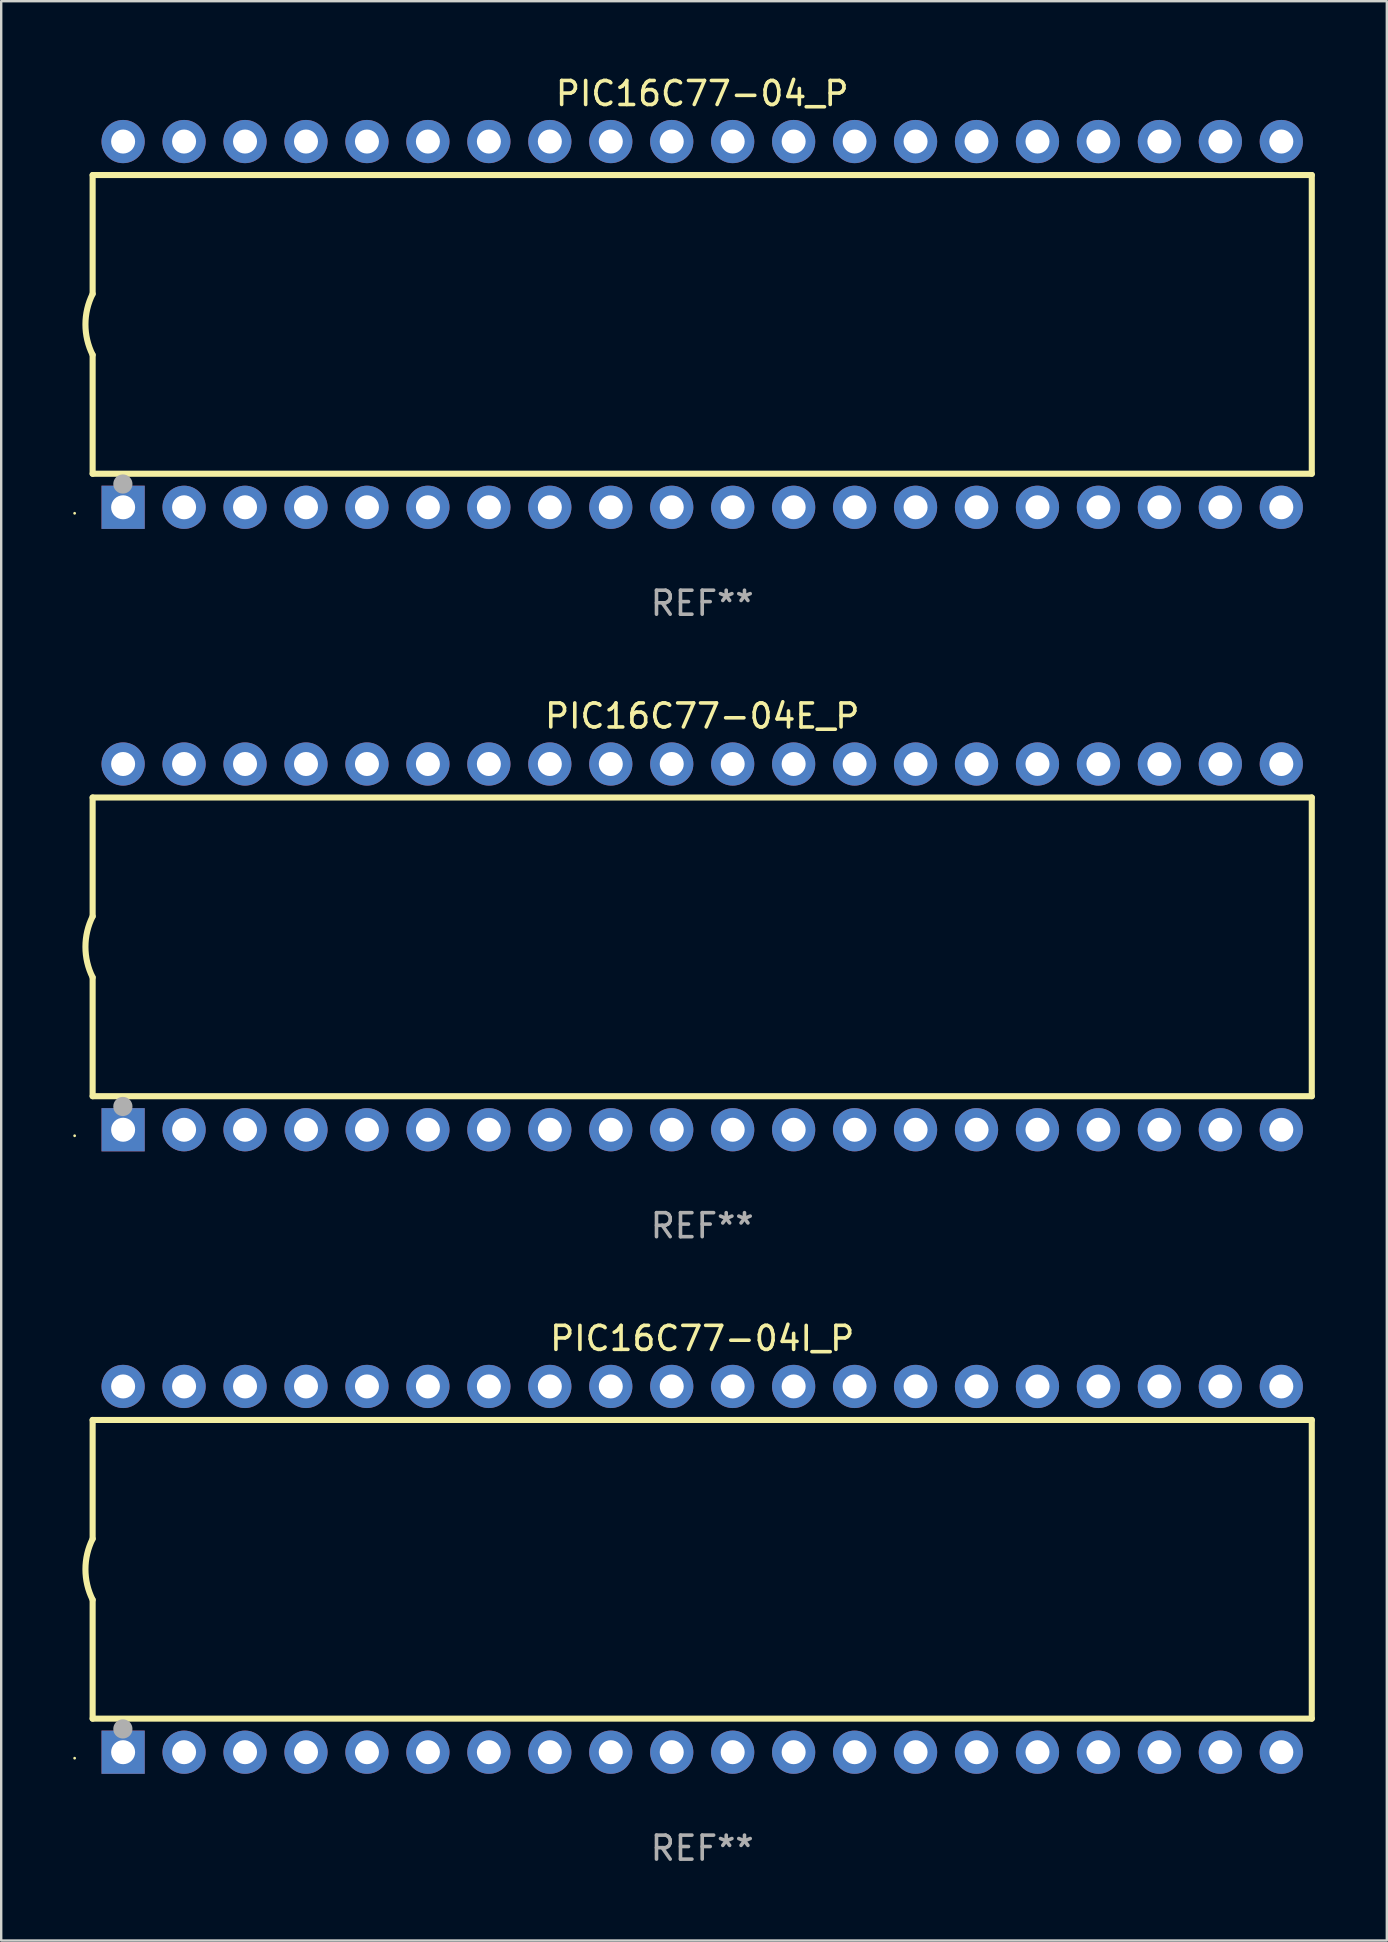
<source format=kicad_pcb>
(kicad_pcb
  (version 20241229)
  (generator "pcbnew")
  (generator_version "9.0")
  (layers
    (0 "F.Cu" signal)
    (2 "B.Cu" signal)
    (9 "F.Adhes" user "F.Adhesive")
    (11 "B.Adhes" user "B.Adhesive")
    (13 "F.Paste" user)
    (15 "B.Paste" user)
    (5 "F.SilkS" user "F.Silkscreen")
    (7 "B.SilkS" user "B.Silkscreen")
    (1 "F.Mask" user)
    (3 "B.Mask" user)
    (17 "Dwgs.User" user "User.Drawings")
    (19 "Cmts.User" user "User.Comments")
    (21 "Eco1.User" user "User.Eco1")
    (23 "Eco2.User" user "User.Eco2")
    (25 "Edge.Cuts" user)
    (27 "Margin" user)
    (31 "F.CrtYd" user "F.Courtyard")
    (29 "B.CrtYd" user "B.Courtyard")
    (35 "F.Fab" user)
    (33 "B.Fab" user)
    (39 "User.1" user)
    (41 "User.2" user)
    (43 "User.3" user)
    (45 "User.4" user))
  (footprint "PIC16C77-04E_P"
    (layer "F.Cu")
    (at 26.21 36.405)
    (property "Reference" "PIC16C77-04E_P" (at 0 -9.62 0) (layer "F.SilkS") (effects (font (size 1 1) (thickness 0.15))))
    (attr through_hole)
    (fp_line (start -25.4 -6.224) (end -25.4 -1.271) (stroke (width 0.254) (type solid)) (layer "F.SilkS"))
    (fp_line (start -25.4 -6.224) (end 25.4 -6.224) (stroke (width 0.254) (type solid)) (layer "F.SilkS"))
    (fp_line (start -25.4 1.269) (end -25.4 6.222) (stroke (width 0.254) (type solid)) (layer "F.SilkS"))
    (fp_line (start -25.4 6.222) (end 25.4 6.222) (stroke (width 0.254) (type solid)) (layer "F.SilkS"))
    (fp_line (start 25.4 6.222) (end 25.4 -6.224) (stroke (width 0.254) (type solid)) (layer "F.SilkS"))
    (fp_arc (start -25.4 1.269241) (mid -25.699807 -0.000762) (end -25.4 -1.270765) (stroke (width 0.254001) (type solid)) (layer "F.SilkS"))
    (fp_circle (center -26.15 7.87) (end -26.12 7.87) (stroke (width 0.06) (type solid)) (fill no) (layer "F.SilkS"))
    (fp_circle (center -24.14 6.65) (end -23.94 6.65) (stroke (width 0.4) (type solid)) (fill no) (layer "F.Fab"))
    (fp_text user "REF**" (at 0 11.62 0) (layer "F.Fab") (effects (font (size 1 1) (thickness 0.15))))
    (pad "1" thru_hole rect (at -24.13 7.62 90) (size 1.8 1.8) (drill 1) (layers "*.Cu" "*.Mask"))
    (pad "2" thru_hole circle (at -21.59 7.62) (size 1.8 1.8) (drill 1) (layers "*.Cu" "*.Mask"))
    (pad "3" thru_hole circle (at -19.05 7.62) (size 1.8 1.8) (drill 1) (layers "*.Cu" "*.Mask"))
    (pad "4" thru_hole circle (at -16.51 7.62) (size 1.8 1.8) (drill 1) (layers "*.Cu" "*.Mask"))
    (pad "5" thru_hole circle (at -13.97 7.62) (size 1.8 1.8) (drill 1) (layers "*.Cu" "*.Mask"))
    (pad "6" thru_hole circle (at -11.43 7.62) (size 1.8 1.8) (drill 1) (layers "*.Cu" "*.Mask"))
    (pad "7" thru_hole circle (at -8.89 7.62) (size 1.8 1.8) (drill 1) (layers "*.Cu" "*.Mask"))
    (pad "8" thru_hole circle (at -6.35 7.62) (size 1.8 1.8) (drill 1) (layers "*.Cu" "*.Mask"))
    (pad "9" thru_hole circle (at -3.81 7.62) (size 1.8 1.8) (drill 1) (layers "*.Cu" "*.Mask"))
    (pad "10" thru_hole circle (at -1.27 7.62) (size 1.8 1.8) (drill 1) (layers "*.Cu" "*.Mask"))
    (pad "11" thru_hole circle (at 1.27 7.62) (size 1.8 1.8) (drill 1) (layers "*.Cu" "*.Mask"))
    (pad "12" thru_hole circle (at 3.81 7.62) (size 1.8 1.8) (drill 1) (layers "*.Cu" "*.Mask"))
    (pad "13" thru_hole circle (at 6.35 7.62) (size 1.8 1.8) (drill 1) (layers "*.Cu" "*.Mask"))
    (pad "14" thru_hole circle (at 8.89 7.62) (size 1.8 1.8) (drill 1) (layers "*.Cu" "*.Mask"))
    (pad "15" thru_hole circle (at 11.43 7.62) (size 1.8 1.8) (drill 1) (layers "*.Cu" "*.Mask"))
    (pad "16" thru_hole circle (at 13.97 7.62) (size 1.8 1.8) (drill 1) (layers "*.Cu" "*.Mask"))
    (pad "17" thru_hole circle (at 16.51 7.62) (size 1.8 1.8) (drill 1) (layers "*.Cu" "*.Mask"))
    (pad "18" thru_hole circle (at 19.05 7.62) (size 1.8 1.8) (drill 1) (layers "*.Cu" "*.Mask"))
    (pad "19" thru_hole circle (at 21.59 7.62) (size 1.8 1.8) (drill 1) (layers "*.Cu" "*.Mask"))
    (pad "20" thru_hole circle (at 24.13 7.62) (size 1.8 1.8) (drill 1) (layers "*.Cu" "*.Mask"))
    (pad "21" thru_hole circle (at 24.13 -7.62) (size 1.8 1.8) (drill 1) (layers "*.Cu" "*.Mask"))
    (pad "22" thru_hole circle (at 21.59 -7.62) (size 1.8 1.8) (drill 1) (layers "*.Cu" "*.Mask"))
    (pad "23" thru_hole circle (at 19.05 -7.62) (size 1.8 1.8) (drill 1) (layers "*.Cu" "*.Mask"))
    (pad "24" thru_hole circle (at 16.51 -7.62) (size 1.8 1.8) (drill 1) (layers "*.Cu" "*.Mask"))
    (pad "25" thru_hole circle (at 13.97 -7.62) (size 1.8 1.8) (drill 1) (layers "*.Cu" "*.Mask"))
    (pad "26" thru_hole circle (at 11.43 -7.62) (size 1.8 1.8) (drill 1) (layers "*.Cu" "*.Mask"))
    (pad "27" thru_hole circle (at 8.89 -7.62) (size 1.8 1.8) (drill 1) (layers "*.Cu" "*.Mask"))
    (pad "28" thru_hole circle (at 6.35 -7.62) (size 1.8 1.8) (drill 1) (layers "*.Cu" "*.Mask"))
    (pad "29" thru_hole circle (at 3.81 -7.62) (size 1.8 1.8) (drill 1) (layers "*.Cu" "*.Mask"))
    (pad "30" thru_hole circle (at 1.27 -7.62) (size 1.8 1.8) (drill 1) (layers "*.Cu" "*.Mask"))
    (pad "31" thru_hole circle (at -1.27 -7.62) (size 1.8 1.8) (drill 1) (layers "*.Cu" "*.Mask"))
    (pad "32" thru_hole circle (at -3.81 -7.62) (size 1.8 1.8) (drill 1) (layers "*.Cu" "*.Mask"))
    (pad "33" thru_hole circle (at -6.35 -7.62) (size 1.8 1.8) (drill 1) (layers "*.Cu" "*.Mask"))
    (pad "34" thru_hole circle (at -8.89 -7.62) (size 1.8 1.8) (drill 1) (layers "*.Cu" "*.Mask"))
    (pad "35" thru_hole circle (at -11.43 -7.62) (size 1.8 1.8) (drill 1) (layers "*.Cu" "*.Mask"))
    (pad "36" thru_hole circle (at -13.97 -7.62) (size 1.8 1.8) (drill 1) (layers "*.Cu" "*.Mask"))
    (pad "37" thru_hole circle (at -16.51 -7.62) (size 1.8 1.8) (drill 1) (layers "*.Cu" "*.Mask"))
    (pad "38" thru_hole circle (at -19.05 -7.62) (size 1.8 1.8) (drill 1) (layers "*.Cu" "*.Mask"))
    (pad "39" thru_hole circle (at -21.59 -7.62) (size 1.8 1.8) (drill 1) (layers "*.Cu" "*.Mask"))
    (pad "40" thru_hole circle (at -24.13 -7.62) (size 1.8 1.8) (drill 1) (layers "*.Cu" "*.Mask")))
  (footprint "PIC16C77-04_P"
    (layer "F.Cu")
    (at 26.21 10.468)
    (property "Reference" "PIC16C77-04_P" (at 0 -9.62 0) (layer "F.SilkS") (effects (font (size 1 1) (thickness 0.15))))
    (attr through_hole)
    (fp_line (start -25.4 -6.224) (end -25.4 -1.271) (stroke (width 0.254) (type solid)) (layer "F.SilkS"))
    (fp_line (start -25.4 -6.224) (end 25.4 -6.224) (stroke (width 0.254) (type solid)) (layer "F.SilkS"))
    (fp_line (start -25.4 1.269) (end -25.4 6.222) (stroke (width 0.254) (type solid)) (layer "F.SilkS"))
    (fp_line (start -25.4 6.222) (end 25.4 6.222) (stroke (width 0.254) (type solid)) (layer "F.SilkS"))
    (fp_line (start 25.4 6.222) (end 25.4 -6.224) (stroke (width 0.254) (type solid)) (layer "F.SilkS"))
    (fp_arc (start -25.4 1.269241) (mid -25.699807 -0.000762) (end -25.4 -1.270765) (stroke (width 0.254001) (type solid)) (layer "F.SilkS"))
    (fp_circle (center -26.15 7.87) (end -26.12 7.87) (stroke (width 0.06) (type solid)) (fill no) (layer "F.SilkS"))
    (fp_circle (center -24.14 6.65) (end -23.94 6.65) (stroke (width 0.4) (type solid)) (fill no) (layer "F.Fab"))
    (fp_text user "REF**" (at 0 11.62 0) (layer "F.Fab") (effects (font (size 1 1) (thickness 0.15))))
    (pad "1" thru_hole rect (at -24.13 7.62 90) (size 1.8 1.8) (drill 1) (layers "*.Cu" "*.Mask"))
    (pad "2" thru_hole circle (at -21.59 7.62) (size 1.8 1.8) (drill 1) (layers "*.Cu" "*.Mask"))
    (pad "3" thru_hole circle (at -19.05 7.62) (size 1.8 1.8) (drill 1) (layers "*.Cu" "*.Mask"))
    (pad "4" thru_hole circle (at -16.51 7.62) (size 1.8 1.8) (drill 1) (layers "*.Cu" "*.Mask"))
    (pad "5" thru_hole circle (at -13.97 7.62) (size 1.8 1.8) (drill 1) (layers "*.Cu" "*.Mask"))
    (pad "6" thru_hole circle (at -11.43 7.62) (size 1.8 1.8) (drill 1) (layers "*.Cu" "*.Mask"))
    (pad "7" thru_hole circle (at -8.89 7.62) (size 1.8 1.8) (drill 1) (layers "*.Cu" "*.Mask"))
    (pad "8" thru_hole circle (at -6.35 7.62) (size 1.8 1.8) (drill 1) (layers "*.Cu" "*.Mask"))
    (pad "9" thru_hole circle (at -3.81 7.62) (size 1.8 1.8) (drill 1) (layers "*.Cu" "*.Mask"))
    (pad "10" thru_hole circle (at -1.27 7.62) (size 1.8 1.8) (drill 1) (layers "*.Cu" "*.Mask"))
    (pad "11" thru_hole circle (at 1.27 7.62) (size 1.8 1.8) (drill 1) (layers "*.Cu" "*.Mask"))
    (pad "12" thru_hole circle (at 3.81 7.62) (size 1.8 1.8) (drill 1) (layers "*.Cu" "*.Mask"))
    (pad "13" thru_hole circle (at 6.35 7.62) (size 1.8 1.8) (drill 1) (layers "*.Cu" "*.Mask"))
    (pad "14" thru_hole circle (at 8.89 7.62) (size 1.8 1.8) (drill 1) (layers "*.Cu" "*.Mask"))
    (pad "15" thru_hole circle (at 11.43 7.62) (size 1.8 1.8) (drill 1) (layers "*.Cu" "*.Mask"))
    (pad "16" thru_hole circle (at 13.97 7.62) (size 1.8 1.8) (drill 1) (layers "*.Cu" "*.Mask"))
    (pad "17" thru_hole circle (at 16.51 7.62) (size 1.8 1.8) (drill 1) (layers "*.Cu" "*.Mask"))
    (pad "18" thru_hole circle (at 19.05 7.62) (size 1.8 1.8) (drill 1) (layers "*.Cu" "*.Mask"))
    (pad "19" thru_hole circle (at 21.59 7.62) (size 1.8 1.8) (drill 1) (layers "*.Cu" "*.Mask"))
    (pad "20" thru_hole circle (at 24.13 7.62) (size 1.8 1.8) (drill 1) (layers "*.Cu" "*.Mask"))
    (pad "21" thru_hole circle (at 24.13 -7.62) (size 1.8 1.8) (drill 1) (layers "*.Cu" "*.Mask"))
    (pad "22" thru_hole circle (at 21.59 -7.62) (size 1.8 1.8) (drill 1) (layers "*.Cu" "*.Mask"))
    (pad "23" thru_hole circle (at 19.05 -7.62) (size 1.8 1.8) (drill 1) (layers "*.Cu" "*.Mask"))
    (pad "24" thru_hole circle (at 16.51 -7.62) (size 1.8 1.8) (drill 1) (layers "*.Cu" "*.Mask"))
    (pad "25" thru_hole circle (at 13.97 -7.62) (size 1.8 1.8) (drill 1) (layers "*.Cu" "*.Mask"))
    (pad "26" thru_hole circle (at 11.43 -7.62) (size 1.8 1.8) (drill 1) (layers "*.Cu" "*.Mask"))
    (pad "27" thru_hole circle (at 8.89 -7.62) (size 1.8 1.8) (drill 1) (layers "*.Cu" "*.Mask"))
    (pad "28" thru_hole circle (at 6.35 -7.62) (size 1.8 1.8) (drill 1) (layers "*.Cu" "*.Mask"))
    (pad "29" thru_hole circle (at 3.81 -7.62) (size 1.8 1.8) (drill 1) (layers "*.Cu" "*.Mask"))
    (pad "30" thru_hole circle (at 1.27 -7.62) (size 1.8 1.8) (drill 1) (layers "*.Cu" "*.Mask"))
    (pad "31" thru_hole circle (at -1.27 -7.62) (size 1.8 1.8) (drill 1) (layers "*.Cu" "*.Mask"))
    (pad "32" thru_hole circle (at -3.81 -7.62) (size 1.8 1.8) (drill 1) (layers "*.Cu" "*.Mask"))
    (pad "33" thru_hole circle (at -6.35 -7.62) (size 1.8 1.8) (drill 1) (layers "*.Cu" "*.Mask"))
    (pad "34" thru_hole circle (at -8.89 -7.62) (size 1.8 1.8) (drill 1) (layers "*.Cu" "*.Mask"))
    (pad "35" thru_hole circle (at -11.43 -7.62) (size 1.8 1.8) (drill 1) (layers "*.Cu" "*.Mask"))
    (pad "36" thru_hole circle (at -13.97 -7.62) (size 1.8 1.8) (drill 1) (layers "*.Cu" "*.Mask"))
    (pad "37" thru_hole circle (at -16.51 -7.62) (size 1.8 1.8) (drill 1) (layers "*.Cu" "*.Mask"))
    (pad "38" thru_hole circle (at -19.05 -7.62) (size 1.8 1.8) (drill 1) (layers "*.Cu" "*.Mask"))
    (pad "39" thru_hole circle (at -21.59 -7.62) (size 1.8 1.8) (drill 1) (layers "*.Cu" "*.Mask"))
    (pad "40" thru_hole circle (at -24.13 -7.62) (size 1.8 1.8) (drill 1) (layers "*.Cu" "*.Mask")))
  (footprint "PIC16C77-04I_P"
    (layer "F.Cu")
    (at 26.21 62.341)
    (property "Reference" "PIC16C77-04I_P" (at 0 -9.62 0) (layer "F.SilkS") (effects (font (size 1 1) (thickness 0.15))))
    (attr through_hole)
    (fp_line (start -25.4 -6.224) (end -25.4 -1.271) (stroke (width 0.254) (type solid)) (layer "F.SilkS"))
    (fp_line (start -25.4 -6.224) (end 25.4 -6.224) (stroke (width 0.254) (type solid)) (layer "F.SilkS"))
    (fp_line (start -25.4 1.269) (end -25.4 6.222) (stroke (width 0.254) (type solid)) (layer "F.SilkS"))
    (fp_line (start -25.4 6.222) (end 25.4 6.222) (stroke (width 0.254) (type solid)) (layer "F.SilkS"))
    (fp_line (start 25.4 6.222) (end 25.4 -6.224) (stroke (width 0.254) (type solid)) (layer "F.SilkS"))
    (fp_arc (start -25.4 1.269241) (mid -25.699807 -0.000762) (end -25.4 -1.270765) (stroke (width 0.254001) (type solid)) (layer "F.SilkS"))
    (fp_circle (center -26.15 7.87) (end -26.12 7.87) (stroke (width 0.06) (type solid)) (fill no) (layer "F.SilkS"))
    (fp_circle (center -24.14 6.65) (end -23.94 6.65) (stroke (width 0.4) (type solid)) (fill no) (layer "F.Fab"))
    (fp_text user "REF**" (at 0 11.62 0) (layer "F.Fab") (effects (font (size 1 1) (thickness 0.15))))
    (pad "1" thru_hole rect (at -24.13 7.62 90) (size 1.8 1.8) (drill 1) (layers "*.Cu" "*.Mask"))
    (pad "2" thru_hole circle (at -21.59 7.62) (size 1.8 1.8) (drill 1) (layers "*.Cu" "*.Mask"))
    (pad "3" thru_hole circle (at -19.05 7.62) (size 1.8 1.8) (drill 1) (layers "*.Cu" "*.Mask"))
    (pad "4" thru_hole circle (at -16.51 7.62) (size 1.8 1.8) (drill 1) (layers "*.Cu" "*.Mask"))
    (pad "5" thru_hole circle (at -13.97 7.62) (size 1.8 1.8) (drill 1) (layers "*.Cu" "*.Mask"))
    (pad "6" thru_hole circle (at -11.43 7.62) (size 1.8 1.8) (drill 1) (layers "*.Cu" "*.Mask"))
    (pad "7" thru_hole circle (at -8.89 7.62) (size 1.8 1.8) (drill 1) (layers "*.Cu" "*.Mask"))
    (pad "8" thru_hole circle (at -6.35 7.62) (size 1.8 1.8) (drill 1) (layers "*.Cu" "*.Mask"))
    (pad "9" thru_hole circle (at -3.81 7.62) (size 1.8 1.8) (drill 1) (layers "*.Cu" "*.Mask"))
    (pad "10" thru_hole circle (at -1.27 7.62) (size 1.8 1.8) (drill 1) (layers "*.Cu" "*.Mask"))
    (pad "11" thru_hole circle (at 1.27 7.62) (size 1.8 1.8) (drill 1) (layers "*.Cu" "*.Mask"))
    (pad "12" thru_hole circle (at 3.81 7.62) (size 1.8 1.8) (drill 1) (layers "*.Cu" "*.Mask"))
    (pad "13" thru_hole circle (at 6.35 7.62) (size 1.8 1.8) (drill 1) (layers "*.Cu" "*.Mask"))
    (pad "14" thru_hole circle (at 8.89 7.62) (size 1.8 1.8) (drill 1) (layers "*.Cu" "*.Mask"))
    (pad "15" thru_hole circle (at 11.43 7.62) (size 1.8 1.8) (drill 1) (layers "*.Cu" "*.Mask"))
    (pad "16" thru_hole circle (at 13.97 7.62) (size 1.8 1.8) (drill 1) (layers "*.Cu" "*.Mask"))
    (pad "17" thru_hole circle (at 16.51 7.62) (size 1.8 1.8) (drill 1) (layers "*.Cu" "*.Mask"))
    (pad "18" thru_hole circle (at 19.05 7.62) (size 1.8 1.8) (drill 1) (layers "*.Cu" "*.Mask"))
    (pad "19" thru_hole circle (at 21.59 7.62) (size 1.8 1.8) (drill 1) (layers "*.Cu" "*.Mask"))
    (pad "20" thru_hole circle (at 24.13 7.62) (size 1.8 1.8) (drill 1) (layers "*.Cu" "*.Mask"))
    (pad "21" thru_hole circle (at 24.13 -7.62) (size 1.8 1.8) (drill 1) (layers "*.Cu" "*.Mask"))
    (pad "22" thru_hole circle (at 21.59 -7.62) (size 1.8 1.8) (drill 1) (layers "*.Cu" "*.Mask"))
    (pad "23" thru_hole circle (at 19.05 -7.62) (size 1.8 1.8) (drill 1) (layers "*.Cu" "*.Mask"))
    (pad "24" thru_hole circle (at 16.51 -7.62) (size 1.8 1.8) (drill 1) (layers "*.Cu" "*.Mask"))
    (pad "25" thru_hole circle (at 13.97 -7.62) (size 1.8 1.8) (drill 1) (layers "*.Cu" "*.Mask"))
    (pad "26" thru_hole circle (at 11.43 -7.62) (size 1.8 1.8) (drill 1) (layers "*.Cu" "*.Mask"))
    (pad "27" thru_hole circle (at 8.89 -7.62) (size 1.8 1.8) (drill 1) (layers "*.Cu" "*.Mask"))
    (pad "28" thru_hole circle (at 6.35 -7.62) (size 1.8 1.8) (drill 1) (layers "*.Cu" "*.Mask"))
    (pad "29" thru_hole circle (at 3.81 -7.62) (size 1.8 1.8) (drill 1) (layers "*.Cu" "*.Mask"))
    (pad "30" thru_hole circle (at 1.27 -7.62) (size 1.8 1.8) (drill 1) (layers "*.Cu" "*.Mask"))
    (pad "31" thru_hole circle (at -1.27 -7.62) (size 1.8 1.8) (drill 1) (layers "*.Cu" "*.Mask"))
    (pad "32" thru_hole circle (at -3.81 -7.62) (size 1.8 1.8) (drill 1) (layers "*.Cu" "*.Mask"))
    (pad "33" thru_hole circle (at -6.35 -7.62) (size 1.8 1.8) (drill 1) (layers "*.Cu" "*.Mask"))
    (pad "34" thru_hole circle (at -8.89 -7.62) (size 1.8 1.8) (drill 1) (layers "*.Cu" "*.Mask"))
    (pad "35" thru_hole circle (at -11.43 -7.62) (size 1.8 1.8) (drill 1) (layers "*.Cu" "*.Mask"))
    (pad "36" thru_hole circle (at -13.97 -7.62) (size 1.8 1.8) (drill 1) (layers "*.Cu" "*.Mask"))
    (pad "37" thru_hole circle (at -16.51 -7.62) (size 1.8 1.8) (drill 1) (layers "*.Cu" "*.Mask"))
    (pad "38" thru_hole circle (at -19.05 -7.62) (size 1.8 1.8) (drill 1) (layers "*.Cu" "*.Mask"))
    (pad "39" thru_hole circle (at -21.59 -7.62) (size 1.8 1.8) (drill 1) (layers "*.Cu" "*.Mask"))
    (pad "40" thru_hole circle (at -24.13 -7.62) (size 1.8 1.8) (drill 1) (layers "*.Cu" "*.Mask")))
  (gr_rect
    (start -3 -3)
    (end 54.737 77.81)
    (stroke (width 0.1) (type default))
    (fill no)
    (layer "Edge.Cuts")))
</source>
